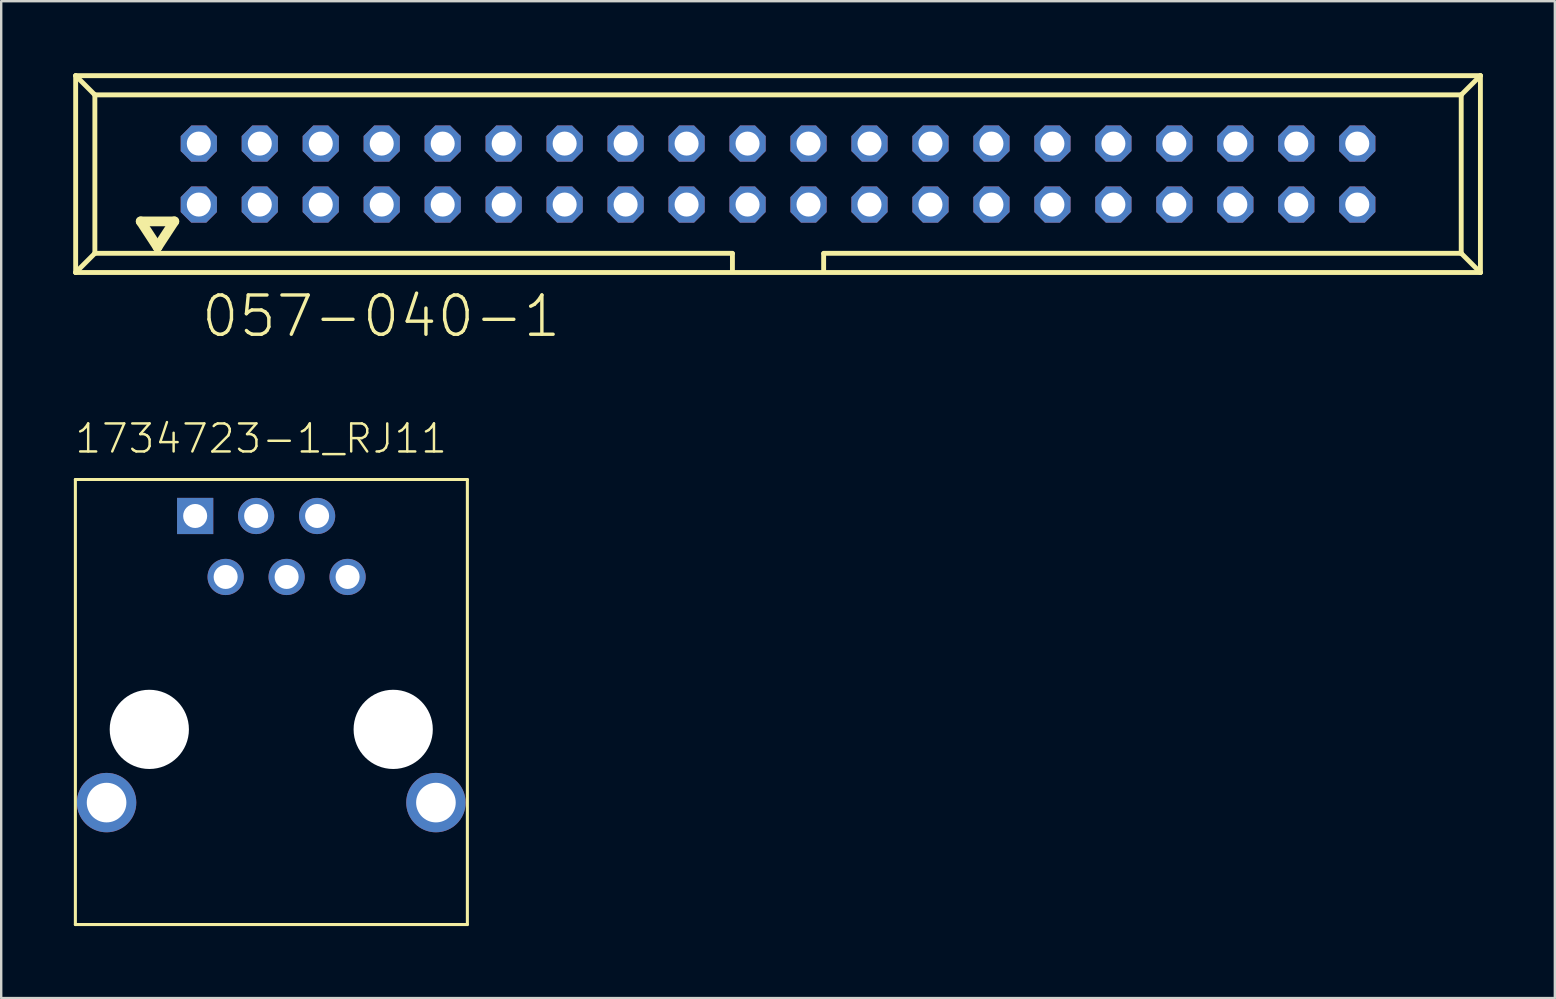
<source format=kicad_pcb>
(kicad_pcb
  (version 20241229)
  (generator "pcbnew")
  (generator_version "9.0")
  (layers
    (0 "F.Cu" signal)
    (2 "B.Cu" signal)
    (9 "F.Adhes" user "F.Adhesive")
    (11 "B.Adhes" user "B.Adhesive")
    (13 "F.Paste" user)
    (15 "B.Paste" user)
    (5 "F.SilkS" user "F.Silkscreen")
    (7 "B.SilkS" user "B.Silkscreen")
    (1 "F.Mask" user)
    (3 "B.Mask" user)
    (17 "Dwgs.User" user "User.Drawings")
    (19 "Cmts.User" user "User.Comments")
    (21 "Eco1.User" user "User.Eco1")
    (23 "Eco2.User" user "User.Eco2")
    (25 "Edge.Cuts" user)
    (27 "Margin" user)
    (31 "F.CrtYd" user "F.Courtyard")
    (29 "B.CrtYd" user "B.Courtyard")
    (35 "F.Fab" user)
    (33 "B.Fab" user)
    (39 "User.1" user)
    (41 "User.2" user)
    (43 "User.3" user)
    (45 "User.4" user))
  (footprint "1734723-1_RJ11"
    (layer "F.Cu")
    (at 8.89 20.985)
    (property "Reference" "1734723-1_RJ11" (at -8.89 -5.08 0) (layer "F.SilkS") (effects (font (size 1.168 1.168) (thickness 0.102)) (justify left bottom)))
    (fp_line (start -8.8 -4.06) (end -8.8 14.48) (stroke (width 0.127) (type solid)) (layer "F.SilkS"))
    (fp_line (start -8.8 -4.06) (end 7.53 -4.06) (stroke (width 0.127) (type solid)) (layer "F.SilkS"))
    (fp_line (start -8.8 14.48) (end 7.53 14.48) (stroke (width 0.127) (type solid)) (layer "F.SilkS"))
    (fp_line (start 7.53 -4.06) (end 7.53 14.48) (stroke (width 0.127) (type solid)) (layer "F.SilkS"))
    (pad "" np_thru_hole circle (at -5.72 6.35) (size 3.3 3.3) (drill 3.3) (layers "*.Cu" "*.Mask"))
    (pad "" np_thru_hole circle (at 4.44 6.35) (size 3.3 3.3) (drill 3.3) (layers "*.Cu" "*.Mask"))
    (pad "1" thru_hole rect (at -3.81 -2.54) (size 1.508 1.508) (drill 1) (layers "*.Cu" "*.Mask"))
    (pad "2" thru_hole circle (at -2.54 0) (size 1.508 1.508) (drill 1) (layers "*.Cu" "*.Mask"))
    (pad "3" thru_hole circle (at -1.27 -2.54) (size 1.508 1.508) (drill 1) (layers "*.Cu" "*.Mask"))
    (pad "4" thru_hole circle (at 0 0) (size 1.508 1.508) (drill 1) (layers "*.Cu" "*.Mask"))
    (pad "5" thru_hole circle (at 1.27 -2.54) (size 1.508 1.508) (drill 1) (layers "*.Cu" "*.Mask"))
    (pad "6" thru_hole circle (at 2.54 0) (size 1.508 1.508) (drill 1) (layers "*.Cu" "*.Mask"))
    (pad "SH1" thru_hole circle (at -7.5 9.4) (size 2.475 2.475) (drill 1.65) (layers "*.Cu" "*.Mask"))
    (pad "SH2" thru_hole circle (at 6.22 9.4) (size 2.475 2.475) (drill 1.65) (layers "*.Cu" "*.Mask")))
  (footprint "057-040-1"
    (layer "F.Cu")
    (at 29.362 4.202)
    (property "Reference" "057-040-1" (at -24.11 6.88 0) (layer "F.SilkS") (effects (font (size 1.636 1.636) (thickness 0.142)) (justify left bottom)))
    (fp_line (start -29.26 -4.1) (end -28.46 -3.3) (stroke (width 0.203) (type solid)) (layer "F.SilkS"))
    (fp_line (start -29.26 4.1) (end -29.26 -4.1) (stroke (width 0.203) (type solid)) (layer "F.SilkS"))
    (fp_line (start -29.26 4.1) (end -28.46 3.3) (stroke (width 0.203) (type solid)) (layer "F.SilkS"))
    (fp_line (start -29.26 4.1) (end 29.26 4.1) (stroke (width 0.203) (type solid)) (layer "F.SilkS"))
    (fp_line (start -28.46 -3.3) (end 28.46 -3.3) (stroke (width 0.203) (type solid)) (layer "F.SilkS"))
    (fp_line (start -28.46 3.3) (end -28.46 -3.3) (stroke (width 0.203) (type solid)) (layer "F.SilkS"))
    (fp_line (start -26.55 1.97) (end -25.85 3.04) (stroke (width 0.406) (type solid)) (layer "F.SilkS"))
    (fp_line (start -25.85 3.04) (end -25.15 1.97) (stroke (width 0.406) (type solid)) (layer "F.SilkS"))
    (fp_line (start -25.15 1.97) (end -26.55 1.97) (stroke (width 0.406) (type solid)) (layer "F.SilkS"))
    (fp_line (start -1.9 3.3) (end -28.46 3.3) (stroke (width 0.203) (type solid)) (layer "F.SilkS"))
    (fp_line (start -1.9 3.32) (end -1.9 4.03) (stroke (width 0.203) (type solid)) (layer "F.SilkS"))
    (fp_line (start 1.9 3.32) (end 1.9 4.03) (stroke (width 0.203) (type solid)) (layer "F.SilkS"))
    (fp_line (start 28.46 -3.3) (end 28.46 3.3) (stroke (width 0.203) (type solid)) (layer "F.SilkS"))
    (fp_line (start 28.46 3.3) (end 1.9 3.3) (stroke (width 0.203) (type solid)) (layer "F.SilkS"))
    (fp_line (start 28.46 3.3) (end 29.26 4.1) (stroke (width 0.203) (type solid)) (layer "F.SilkS"))
    (fp_line (start 29.26 -4.1) (end -29.26 -4.1) (stroke (width 0.203) (type solid)) (layer "F.SilkS"))
    (fp_line (start 29.26 -4.1) (end 28.46 -3.3) (stroke (width 0.203) (type solid)) (layer "F.SilkS"))
    (fp_line (start 29.26 4.1) (end 29.26 -4.1) (stroke (width 0.203) (type solid)) (layer "F.SilkS"))
    (pad "1" thru_hole roundrect (at -24.13 1.27) (size 1.508 1.508) (drill 1) (layers "*.Cu" "*.Mask") (roundrect_rratio 0.25) (chamfer_ratio 0.293) (chamfer top_left top_right bottom_left bottom_right))
    (pad "2" thru_hole roundrect (at -24.13 -1.27) (size 1.508 1.508) (drill 1) (layers "*.Cu" "*.Mask") (roundrect_rratio 0.25) (chamfer_ratio 0.293) (chamfer top_left top_right bottom_left bottom_right))
    (pad "3" thru_hole roundrect (at -21.59 1.27) (size 1.508 1.508) (drill 1) (layers "*.Cu" "*.Mask") (roundrect_rratio 0.25) (chamfer_ratio 0.293) (chamfer top_left top_right bottom_left bottom_right))
    (pad "4" thru_hole roundrect (at -21.59 -1.27) (size 1.508 1.508) (drill 1) (layers "*.Cu" "*.Mask") (roundrect_rratio 0.25) (chamfer_ratio 0.293) (chamfer top_left top_right bottom_left bottom_right))
    (pad "5" thru_hole roundrect (at -19.05 1.27) (size 1.508 1.508) (drill 1) (layers "*.Cu" "*.Mask") (roundrect_rratio 0.25) (chamfer_ratio 0.293) (chamfer top_left top_right bottom_left bottom_right))
    (pad "6" thru_hole roundrect (at -19.05 -1.27) (size 1.508 1.508) (drill 1) (layers "*.Cu" "*.Mask") (roundrect_rratio 0.25) (chamfer_ratio 0.293) (chamfer top_left top_right bottom_left bottom_right))
    (pad "7" thru_hole roundrect (at -16.51 1.27) (size 1.508 1.508) (drill 1) (layers "*.Cu" "*.Mask") (roundrect_rratio 0.25) (chamfer_ratio 0.293) (chamfer top_left top_right bottom_left bottom_right))
    (pad "8" thru_hole roundrect (at -16.51 -1.27) (size 1.508 1.508) (drill 1) (layers "*.Cu" "*.Mask") (roundrect_rratio 0.25) (chamfer_ratio 0.293) (chamfer top_left top_right bottom_left bottom_right))
    (pad "9" thru_hole roundrect (at -13.97 1.27) (size 1.508 1.508) (drill 1) (layers "*.Cu" "*.Mask") (roundrect_rratio 0.25) (chamfer_ratio 0.293) (chamfer top_left top_right bottom_left bottom_right))
    (pad "10" thru_hole roundrect (at -13.97 -1.27) (size 1.508 1.508) (drill 1) (layers "*.Cu" "*.Mask") (roundrect_rratio 0.25) (chamfer_ratio 0.293) (chamfer top_left top_right bottom_left bottom_right))
    (pad "11" thru_hole roundrect (at -11.43 1.27) (size 1.508 1.508) (drill 1) (layers "*.Cu" "*.Mask") (roundrect_rratio 0.25) (chamfer_ratio 0.293) (chamfer top_left top_right bottom_left bottom_right))
    (pad "12" thru_hole roundrect (at -11.43 -1.27) (size 1.508 1.508) (drill 1) (layers "*.Cu" "*.Mask") (roundrect_rratio 0.25) (chamfer_ratio 0.293) (chamfer top_left top_right bottom_left bottom_right))
    (pad "13" thru_hole roundrect (at -8.89 1.27) (size 1.508 1.508) (drill 1) (layers "*.Cu" "*.Mask") (roundrect_rratio 0.25) (chamfer_ratio 0.293) (chamfer top_left top_right bottom_left bottom_right))
    (pad "14" thru_hole roundrect (at -8.89 -1.27) (size 1.508 1.508) (drill 1) (layers "*.Cu" "*.Mask") (roundrect_rratio 0.25) (chamfer_ratio 0.293) (chamfer top_left top_right bottom_left bottom_right))
    (pad "15" thru_hole roundrect (at -6.35 1.27) (size 1.508 1.508) (drill 1) (layers "*.Cu" "*.Mask") (roundrect_rratio 0.25) (chamfer_ratio 0.293) (chamfer top_left top_right bottom_left bottom_right))
    (pad "16" thru_hole roundrect (at -6.35 -1.27) (size 1.508 1.508) (drill 1) (layers "*.Cu" "*.Mask") (roundrect_rratio 0.25) (chamfer_ratio 0.293) (chamfer top_left top_right bottom_left bottom_right))
    (pad "17" thru_hole roundrect (at -3.81 1.27) (size 1.508 1.508) (drill 1) (layers "*.Cu" "*.Mask") (roundrect_rratio 0.25) (chamfer_ratio 0.293) (chamfer top_left top_right bottom_left bottom_right))
    (pad "18" thru_hole roundrect (at -3.81 -1.27) (size 1.508 1.508) (drill 1) (layers "*.Cu" "*.Mask") (roundrect_rratio 0.25) (chamfer_ratio 0.293) (chamfer top_left top_right bottom_left bottom_right))
    (pad "19" thru_hole roundrect (at -1.27 1.27) (size 1.508 1.508) (drill 1) (layers "*.Cu" "*.Mask") (roundrect_rratio 0.25) (chamfer_ratio 0.293) (chamfer top_left top_right bottom_left bottom_right))
    (pad "20" thru_hole roundrect (at -1.27 -1.27) (size 1.508 1.508) (drill 1) (layers "*.Cu" "*.Mask") (roundrect_rratio 0.25) (chamfer_ratio 0.293) (chamfer top_left top_right bottom_left bottom_right))
    (pad "21" thru_hole roundrect (at 1.27 1.27) (size 1.508 1.508) (drill 1) (layers "*.Cu" "*.Mask") (roundrect_rratio 0.25) (chamfer_ratio 0.293) (chamfer top_left top_right bottom_left bottom_right))
    (pad "22" thru_hole roundrect (at 1.27 -1.27) (size 1.508 1.508) (drill 1) (layers "*.Cu" "*.Mask") (roundrect_rratio 0.25) (chamfer_ratio 0.293) (chamfer top_left top_right bottom_left bottom_right))
    (pad "23" thru_hole roundrect (at 3.81 1.27) (size 1.508 1.508) (drill 1) (layers "*.Cu" "*.Mask") (roundrect_rratio 0.25) (chamfer_ratio 0.293) (chamfer top_left top_right bottom_left bottom_right))
    (pad "24" thru_hole roundrect (at 3.81 -1.27) (size 1.508 1.508) (drill 1) (layers "*.Cu" "*.Mask") (roundrect_rratio 0.25) (chamfer_ratio 0.293) (chamfer top_left top_right bottom_left bottom_right))
    (pad "25" thru_hole roundrect (at 6.35 1.27) (size 1.508 1.508) (drill 1) (layers "*.Cu" "*.Mask") (roundrect_rratio 0.25) (chamfer_ratio 0.293) (chamfer top_left top_right bottom_left bottom_right))
    (pad "26" thru_hole roundrect (at 6.35 -1.27) (size 1.508 1.508) (drill 1) (layers "*.Cu" "*.Mask") (roundrect_rratio 0.25) (chamfer_ratio 0.293) (chamfer top_left top_right bottom_left bottom_right))
    (pad "27" thru_hole roundrect (at 8.89 1.27) (size 1.508 1.508) (drill 1) (layers "*.Cu" "*.Mask") (roundrect_rratio 0.25) (chamfer_ratio 0.293) (chamfer top_left top_right bottom_left bottom_right))
    (pad "28" thru_hole roundrect (at 8.89 -1.27) (size 1.508 1.508) (drill 1) (layers "*.Cu" "*.Mask") (roundrect_rratio 0.25) (chamfer_ratio 0.293) (chamfer top_left top_right bottom_left bottom_right))
    (pad "29" thru_hole roundrect (at 11.43 1.27) (size 1.508 1.508) (drill 1) (layers "*.Cu" "*.Mask") (roundrect_rratio 0.25) (chamfer_ratio 0.293) (chamfer top_left top_right bottom_left bottom_right))
    (pad "30" thru_hole roundrect (at 11.43 -1.27) (size 1.508 1.508) (drill 1) (layers "*.Cu" "*.Mask") (roundrect_rratio 0.25) (chamfer_ratio 0.293) (chamfer top_left top_right bottom_left bottom_right))
    (pad "31" thru_hole roundrect (at 13.97 1.27) (size 1.508 1.508) (drill 1) (layers "*.Cu" "*.Mask") (roundrect_rratio 0.25) (chamfer_ratio 0.293) (chamfer top_left top_right bottom_left bottom_right))
    (pad "32" thru_hole roundrect (at 13.97 -1.27) (size 1.508 1.508) (drill 1) (layers "*.Cu" "*.Mask") (roundrect_rratio 0.25) (chamfer_ratio 0.293) (chamfer top_left top_right bottom_left bottom_right))
    (pad "33" thru_hole roundrect (at 16.51 1.27) (size 1.508 1.508) (drill 1) (layers "*.Cu" "*.Mask") (roundrect_rratio 0.25) (chamfer_ratio 0.293) (chamfer top_left top_right bottom_left bottom_right))
    (pad "34" thru_hole roundrect (at 16.51 -1.27) (size 1.508 1.508) (drill 1) (layers "*.Cu" "*.Mask") (roundrect_rratio 0.25) (chamfer_ratio 0.293) (chamfer top_left top_right bottom_left bottom_right))
    (pad "35" thru_hole roundrect (at 19.05 1.27) (size 1.508 1.508) (drill 1) (layers "*.Cu" "*.Mask") (roundrect_rratio 0.25) (chamfer_ratio 0.293) (chamfer top_left top_right bottom_left bottom_right))
    (pad "36" thru_hole roundrect (at 19.05 -1.27) (size 1.508 1.508) (drill 1) (layers "*.Cu" "*.Mask") (roundrect_rratio 0.25) (chamfer_ratio 0.293) (chamfer top_left top_right bottom_left bottom_right))
    (pad "37" thru_hole roundrect (at 21.59 1.27) (size 1.508 1.508) (drill 1) (layers "*.Cu" "*.Mask") (roundrect_rratio 0.25) (chamfer_ratio 0.293) (chamfer top_left top_right bottom_left bottom_right))
    (pad "38" thru_hole roundrect (at 21.59 -1.27) (size 1.508 1.508) (drill 1) (layers "*.Cu" "*.Mask") (roundrect_rratio 0.25) (chamfer_ratio 0.293) (chamfer top_left top_right bottom_left bottom_right))
    (pad "39" thru_hole roundrect (at 24.13 1.27) (size 1.508 1.508) (drill 1) (layers "*.Cu" "*.Mask") (roundrect_rratio 0.25) (chamfer_ratio 0.293) (chamfer top_left top_right bottom_left bottom_right))
    (pad "40" thru_hole roundrect (at 24.13 -1.27) (size 1.508 1.508) (drill 1) (layers "*.Cu" "*.Mask") (roundrect_rratio 0.25) (chamfer_ratio 0.293) (chamfer top_left top_right bottom_left bottom_right)))
  (gr_rect
    (start -3 -3)
    (end 61.723 38.529)
    (stroke (width 0.1) (type default))
    (fill no)
    (layer "Edge.Cuts")))
</source>
